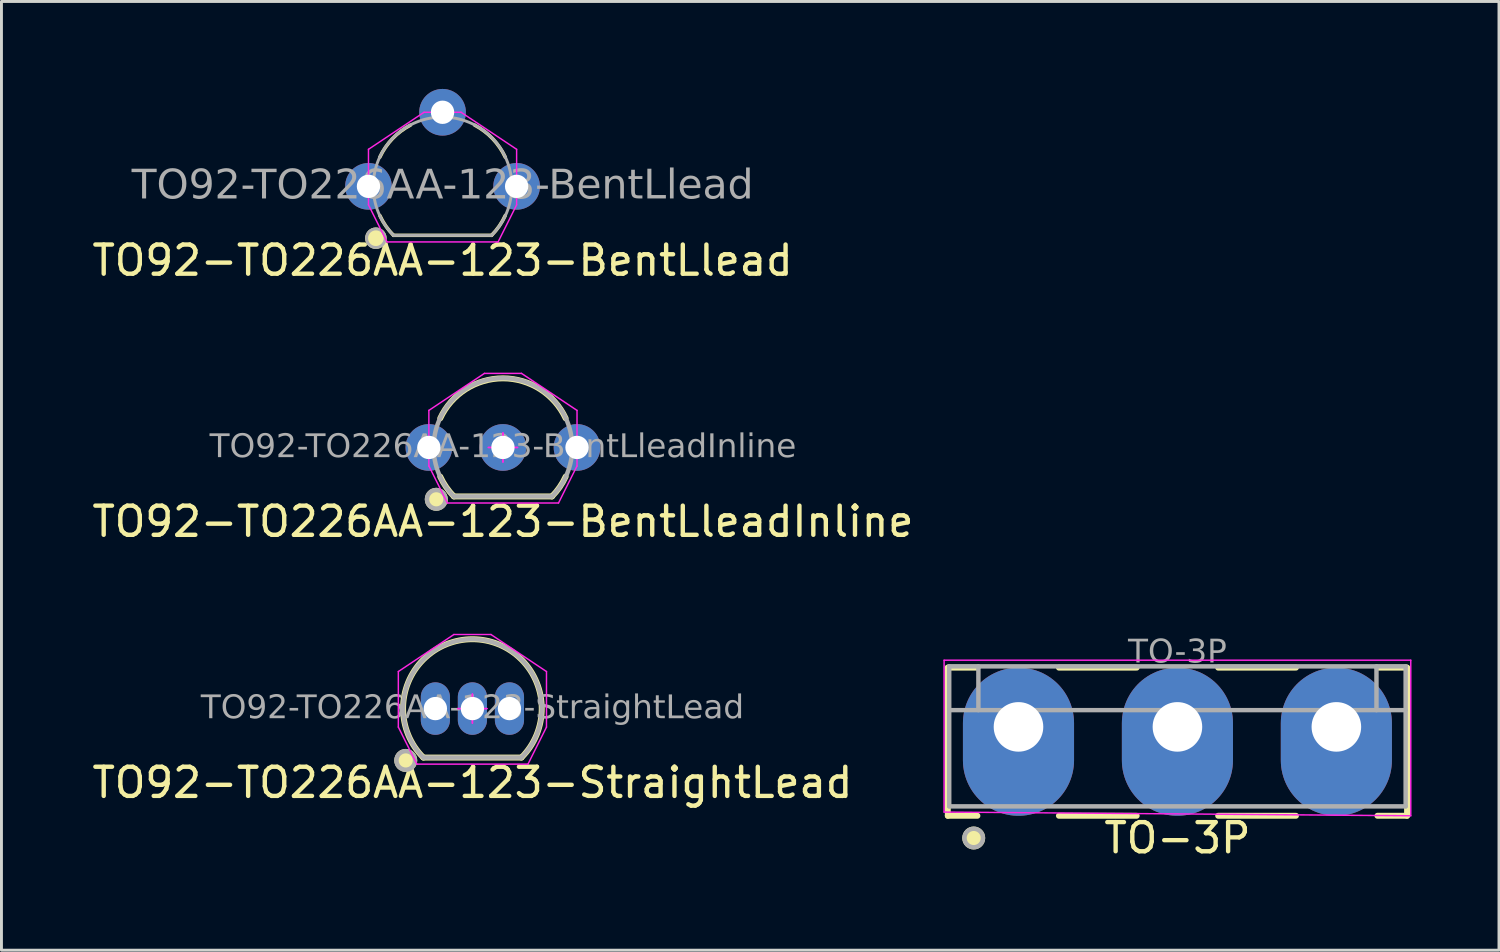
<source format=kicad_pcb>
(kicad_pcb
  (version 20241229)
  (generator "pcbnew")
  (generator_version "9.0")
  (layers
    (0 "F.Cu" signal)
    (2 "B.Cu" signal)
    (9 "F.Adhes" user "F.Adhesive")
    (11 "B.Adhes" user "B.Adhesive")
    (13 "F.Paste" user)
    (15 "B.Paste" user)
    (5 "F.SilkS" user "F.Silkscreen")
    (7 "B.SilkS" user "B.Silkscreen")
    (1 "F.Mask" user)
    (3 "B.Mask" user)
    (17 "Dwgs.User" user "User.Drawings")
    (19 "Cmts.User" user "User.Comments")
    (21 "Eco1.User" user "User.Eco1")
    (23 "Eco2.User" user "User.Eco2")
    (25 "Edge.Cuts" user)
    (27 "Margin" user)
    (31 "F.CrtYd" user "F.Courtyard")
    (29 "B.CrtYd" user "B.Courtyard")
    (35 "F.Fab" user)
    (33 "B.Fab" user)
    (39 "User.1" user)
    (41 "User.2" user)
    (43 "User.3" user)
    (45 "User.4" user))
  (footprint "TO92-TO226AA-123-BentLlead"
    (layer "F.Cu")
    (at 12.125 3.34)
    (property "Reference" "TO92-TO226AA-123-BentLlead" (at 0 2.54 0) (layer "F.SilkS") (effects (font (size 1 1) (thickness 0.15))))
    (attr through_hole)
    (fp_line (start -1.681 1.68) (end 1.681 1.68) (stroke (width 0.12) (type default)) (layer "F.SilkS"))
    (fp_arc (start -2.150597 -1.000278) (mid -1.715792 -1.63659) (end -1.1 -2.1) (stroke (width 0.12) (type default)) (layer "F.SilkS"))
    (fp_arc (start -1.681 1.68) (mid -1.945246 1.360516) (end -2.15 1) (stroke (width 0.12) (type default)) (layer "F.SilkS"))
    (fp_arc (start 1.1 -2.1) (mid 1.715792 -1.63659) (end 2.150597 -1.000278) (stroke (width 0.12) (type default)) (layer "F.SilkS"))
    (fp_arc (start 2.15 1) (mid 1.945246 1.360516) (end 1.681 1.68) (stroke (width 0.12) (type default)) (layer "F.SilkS"))
    (fp_circle (center -2.286 1.778) (end -1.968 1.778) (stroke (width 0.1) (type solid)) (fill yes) (layer "F.SilkS"))
    (fp_line (start -2.54 -1.27) (end -2.54 0.635) (stroke (width 0.05) (type solid)) (layer "F.CrtYd"))
    (fp_line (start -2.54 0.635) (end -1.905 1.905) (stroke (width 0.05) (type default)) (layer "F.CrtYd"))
    (fp_line (start -1.905 1.905) (end 1.905 1.905) (stroke (width 0.05) (type solid)) (layer "F.CrtYd"))
    (fp_line (start -0.635 -2.54) (end -2.54 -1.27) (stroke (width 0.05) (type default)) (layer "F.CrtYd"))
    (fp_line (start 0.635 -2.54) (end -0.635 -2.54) (stroke (width 0.05) (type solid)) (layer "F.CrtYd"))
    (fp_line (start 0.635 -2.54) (end 2.54 -1.27) (stroke (width 0.05) (type default)) (layer "F.CrtYd"))
    (fp_line (start 2.54 0.635) (end 1.905 1.905) (stroke (width 0.05) (type default)) (layer "F.CrtYd"))
    (fp_line (start 2.54 0.635) (end 2.54 -1.27) (stroke (width 0.05) (type solid)) (layer "F.CrtYd"))
    (fp_line (start 1.681 1.68) (end -1.681 1.68) (stroke (width 0.1) (type default)) (layer "F.Fab"))
    (fp_arc (start -1.68 1.68) (mid 0 -2.375877) (end 1.68 1.68) (stroke (width 0.1) (type default)) (layer "F.Fab"))
    (fp_circle (center -2.286 1.778) (end -1.968 1.778) (stroke (width 0.1) (type solid)) (fill no) (layer "F.Fab"))
    (fp_text user "${REFERENCE}" (at 0 0.000001 0) (layer "F.Fab") (effects (font (face "Tahoma") (size 1 1) (thickness 0.15))))
    (pad "1" thru_hole circle (at -2.54 0 90) (size 1.6 1.6) (drill 0.8) (layers "*.Cu" "*.Mask"))
    (pad "2" thru_hole circle (at 0 -2.54 90) (size 1.6 1.6) (drill 0.8) (layers "*.Cu" "*.Mask"))
    (pad "3" thru_hole circle (at 2.54 0 90) (size 1.6 1.6) (drill 0.8) (layers "*.Cu" "*.Mask")))
  (footprint "TO92-TO226AA-123-BentLleadInline"
    (layer "F.Cu")
    (at 14.196 12.293)
    (property "Reference" "TO92-TO226AA-123-BentLleadInline" (at 0 2.54 0) (layer "F.SilkS") (effects (font (size 1 1) (thickness 0.15))))
    (attr through_hole)
    (fp_line (start -1.681 1.68) (end 1.681 1.68) (stroke (width 0.203) (type default)) (layer "F.SilkS"))
    (fp_arc (start -2.15 -1) (mid 0 -2.369703) (end 2.15 -1) (stroke (width 0.2032) (type default)) (layer "F.SilkS"))
    (fp_arc (start -1.681 1.68) (mid -1.945246 1.360516) (end -2.15 1) (stroke (width 0.2032) (type default)) (layer "F.SilkS"))
    (fp_arc (start 2.15 1) (mid 1.945246 1.360516) (end 1.681 1.68) (stroke (width 0.2032) (type default)) (layer "F.SilkS"))
    (fp_circle (center -2.286 1.778) (end -1.968 1.778) (stroke (width 0.152) (type solid)) (fill yes) (layer "F.SilkS"))
    (fp_line (start -2.54 -1.27) (end -2.54 0.635) (stroke (width 0.05) (type solid)) (layer "F.CrtYd"))
    (fp_line (start -2.54 0.635) (end -1.905 1.905) (stroke (width 0.05) (type default)) (layer "F.CrtYd"))
    (fp_line (start -1.905 1.905) (end 1.905 1.905) (stroke (width 0.05) (type solid)) (layer "F.CrtYd"))
    (fp_line (start -0.635 -2.54) (end -2.54 -1.27) (stroke (width 0.05) (type default)) (layer "F.CrtYd"))
    (fp_line (start -0.5 0) (end 0.5 0) (stroke (width 0.05) (type default)) (layer "F.CrtYd"))
    (fp_line (start 0 -0.5) (end 0 0.5) (stroke (width 0.05) (type default)) (layer "F.CrtYd"))
    (fp_line (start 0 0.5) (end 0 -0.5) (stroke (width 0.05) (type default)) (layer "F.CrtYd"))
    (fp_line (start 0.5 0) (end -0.5 0) (stroke (width 0.05) (type default)) (layer "F.CrtYd"))
    (fp_line (start 0.635 -2.54) (end -0.635 -2.54) (stroke (width 0.05) (type solid)) (layer "F.CrtYd"))
    (fp_line (start 0.635 -2.54) (end 2.54 -1.27) (stroke (width 0.05) (type default)) (layer "F.CrtYd"))
    (fp_line (start 2.54 0.635) (end 1.905 1.905) (stroke (width 0.05) (type default)) (layer "F.CrtYd"))
    (fp_line (start 2.54 0.635) (end 2.54 -1.27) (stroke (width 0.05) (type solid)) (layer "F.CrtYd"))
    (fp_line (start 1.681 1.68) (end -1.681 1.68) (stroke (width 0.152) (type default)) (layer "F.Fab"))
    (fp_arc (start -1.68 1.68) (mid 0 -2.375877) (end 1.68 1.68) (stroke (width 0.1524) (type default)) (layer "F.Fab"))
    (fp_circle (center -2.286 1.778) (end -1.968 1.778) (stroke (width 0.152) (type solid)) (fill no) (layer "F.Fab"))
    (fp_text user "${REFERENCE}" (at 0 0.000001 0) (layer "F.Fab") (effects (font (face "Tahoma") (size 0.8 0.8) (thickness 0.12))))
    (pad "1" thru_hole circle (at -2.54 0 90) (size 1.6 1.6) (drill 0.8) (layers "*.Cu" "*.Mask"))
    (pad "2" thru_hole circle (at 0 0 90) (size 1.6 1.6) (drill 0.8) (layers "*.Cu" "*.Mask"))
    (pad "3" thru_hole circle (at 2.54 0 90) (size 1.6 1.6) (drill 0.8) (layers "*.Cu" "*.Mask")))
  (footprint "TO92-TO226AA-123-StraightLead"
    (layer "F.Cu")
    (at 13.149 21.247)
    (property "Reference" "TO92-TO226AA-123-StraightLead" (at 0 2.54 0) (layer "F.SilkS") (effects (font (size 1 1) (thickness 0.15))))
    (attr through_hole)
    (fp_line (start -1.681 1.68) (end 1.681 1.68) (stroke (width 0.203) (type default)) (layer "F.SilkS"))
    (fp_arc (start -1.681 1.68) (mid 0 -2.378291) (end 1.681 1.68) (stroke (width 0.2032) (type solid)) (layer "F.SilkS"))
    (fp_circle (center -2.286 1.778) (end -1.968 1.778) (stroke (width 0.152) (type solid)) (fill yes) (layer "F.SilkS"))
    (fp_line (start -2.54 -1.27) (end -2.54 0.635) (stroke (width 0.05) (type solid)) (layer "F.CrtYd"))
    (fp_line (start -2.54 0.635) (end -1.905 1.905) (stroke (width 0.05) (type default)) (layer "F.CrtYd"))
    (fp_line (start -1.905 1.905) (end 1.905 1.905) (stroke (width 0.05) (type solid)) (layer "F.CrtYd"))
    (fp_line (start -0.635 -2.54) (end -2.54 -1.27) (stroke (width 0.05) (type default)) (layer "F.CrtYd"))
    (fp_line (start -0.5 0) (end 0.5 0) (stroke (width 0.05) (type default)) (layer "F.CrtYd"))
    (fp_line (start 0 -0.5) (end 0 0.5) (stroke (width 0.05) (type default)) (layer "F.CrtYd"))
    (fp_line (start 0 0.5) (end 0 -0.5) (stroke (width 0.05) (type default)) (layer "F.CrtYd"))
    (fp_line (start 0.5 0) (end -0.5 0) (stroke (width 0.05) (type default)) (layer "F.CrtYd"))
    (fp_line (start 0.635 -2.54) (end -0.635 -2.54) (stroke (width 0.05) (type solid)) (layer "F.CrtYd"))
    (fp_line (start 0.635 -2.54) (end 2.54 -1.27) (stroke (width 0.05) (type default)) (layer "F.CrtYd"))
    (fp_line (start 2.54 0.635) (end 1.905 1.905) (stroke (width 0.05) (type default)) (layer "F.CrtYd"))
    (fp_line (start 2.54 0.635) (end 2.54 -1.27) (stroke (width 0.05) (type solid)) (layer "F.CrtYd"))
    (fp_line (start 1.681 1.68) (end -1.681 1.68) (stroke (width 0.152) (type default)) (layer "F.Fab"))
    (fp_arc (start -1.681 1.68) (mid 0 -2.378291) (end 1.681 1.68) (stroke (width 0.1524) (type default)) (layer "F.Fab"))
    (fp_circle (center -2.286 1.778) (end -1.968 1.778) (stroke (width 0.152) (type solid)) (fill no) (layer "F.Fab"))
    (fp_text user "${REFERENCE}" (at 0 -0.001 0) (layer "F.Fab") (effects (font (face "Tahoma") (size 0.8 0.8) (thickness 0.12))))
    (pad "1" thru_hole oval (at -1.27 0 90) (size 1.8 1) (drill 0.8) (layers "*.Cu" "*.Mask"))
    (pad "2" thru_hole oval (at 0 0 90) (size 1.8 1) (drill 0.8) (layers "*.Cu" "*.Mask"))
    (pad "3" thru_hole oval (at 1.27 0 90) (size 1.8 1) (drill 0.8) (layers "*.Cu" "*.Mask")))
  (footprint "TO-3P"
    (layer "F.Cu")
    (at 37.324 21.875)
    (property "Reference" "TO-3P" (at 0 3.81 0) (layer "F.SilkS") (effects (font (size 1 1) (thickness 0.15))))
    (attr through_hole)
    (fp_line (start -7.874 3.048) (end -7.874 -2.032) (stroke (width 0.203) (type default)) (layer "F.SilkS"))
    (fp_line (start -6.858 -2.032) (end -7.874 -2.032) (stroke (width 0.203) (type default)) (layer "F.SilkS"))
    (fp_line (start -6.858 3.048) (end -7.874 3.048) (stroke (width 0.203) (type default)) (layer "F.SilkS"))
    (fp_line (start -1.397 -2.032) (end -4.064 -2.032) (stroke (width 0.203) (type default)) (layer "F.SilkS"))
    (fp_line (start -1.397 3.048) (end -4.064 3.048) (stroke (width 0.203) (type default)) (layer "F.SilkS"))
    (fp_line (start 1.397 -2.032) (end 4.064 -2.032) (stroke (width 0.203) (type default)) (layer "F.SilkS"))
    (fp_line (start 1.397 3.048) (end 4.064 3.048) (stroke (width 0.203) (type default)) (layer "F.SilkS"))
    (fp_line (start 6.858 -2.032) (end 7.874 -2.032) (stroke (width 0.203) (type default)) (layer "F.SilkS"))
    (fp_line (start 6.858 3.048) (end 7.874 3.048) (stroke (width 0.203) (type default)) (layer "F.SilkS"))
    (fp_line (start 7.874 3.048) (end 7.874 -2.032) (stroke (width 0.203) (type default)) (layer "F.SilkS"))
    (fp_circle (center -6.985 3.81) (end -6.668 3.81) (stroke (width 0.152) (type solid)) (fill yes) (layer "F.SilkS"))
    (fp_line (start -8.001 -2.286) (end -8.001 2.921) (stroke (width 0.05) (type solid)) (layer "F.CrtYd"))
    (fp_line (start -8.001 2.921) (end 8.001 3.048) (stroke (width 0.05) (type solid)) (layer "F.CrtYd"))
    (fp_line (start -0.5 0) (end 0.5 0) (stroke (width 0.05) (type default)) (layer "F.CrtYd"))
    (fp_line (start 0 -0.5) (end 0 0.5) (stroke (width 0.05) (type default)) (layer "F.CrtYd"))
    (fp_line (start 0 0.5) (end 0 -0.5) (stroke (width 0.05) (type default)) (layer "F.CrtYd"))
    (fp_line (start 0.5 0) (end -0.5 0) (stroke (width 0.05) (type default)) (layer "F.CrtYd"))
    (fp_line (start 8.001 -2.286) (end -8.001 -2.286) (stroke (width 0.05) (type solid)) (layer "F.CrtYd"))
    (fp_line (start 8.001 3.048) (end 8.001 -2.286) (stroke (width 0.05) (type solid)) (layer "F.CrtYd"))
    (fp_line (start -7.825 -2.075) (end -7.825 2.725) (stroke (width 0.152) (type default)) (layer "F.Fab"))
    (fp_line (start -6.825 -2.075) (end -6.825 -0.575) (stroke (width 0.152) (type default)) (layer "F.Fab"))
    (fp_line (start 6.825 -2.075) (end 6.825 -0.575) (stroke (width 0.152) (type default)) (layer "F.Fab"))
    (fp_line (start 7.825 -2.075) (end -7.825 -2.075) (stroke (width 0.152) (type default)) (layer "F.Fab"))
    (fp_line (start 7.825 -2.075) (end 7.825 2.725) (stroke (width 0.152) (type default)) (layer "F.Fab"))
    (fp_line (start 7.825 -0.575) (end -7.825 -0.575) (stroke (width 0.152) (type default)) (layer "F.Fab"))
    (fp_line (start 7.825 2.725) (end -7.825 2.725) (stroke (width 0.152) (type default)) (layer "F.Fab"))
    (fp_circle (center -6.985 3.81) (end -6.668 3.81) (stroke (width 0.152) (type solid)) (fill no) (layer "F.Fab"))
    (fp_text user "${REFERENCE}" (at 0 -2.54 0) (layer "F.Fab") (effects (font (face "Tahoma") (size 0.8 0.8) (thickness 0.12))))
    (pad "1" thru_hole oval (at -5.45 0) (size 3.81 5.08) (drill 1.7 (offset 0 0.508)) (layers "*.Cu" "*.Mask"))
    (pad "2" thru_hole oval (at 0 0) (size 3.81 5.08) (drill 1.7 (offset 0 0.508)) (layers "*.Cu" "*.Mask"))
    (pad "3" thru_hole oval (at 5.45 0) (size 3.81 5.08) (drill 1.7 (offset 0 0.508)) (layers "*.Cu" "*.Mask")))
  (gr_rect
    (start -3 -3)
    (end 48.35 29.533)
    (stroke (width 0.1) (type default))
    (fill no)
    (layer "Edge.Cuts")))
</source>
